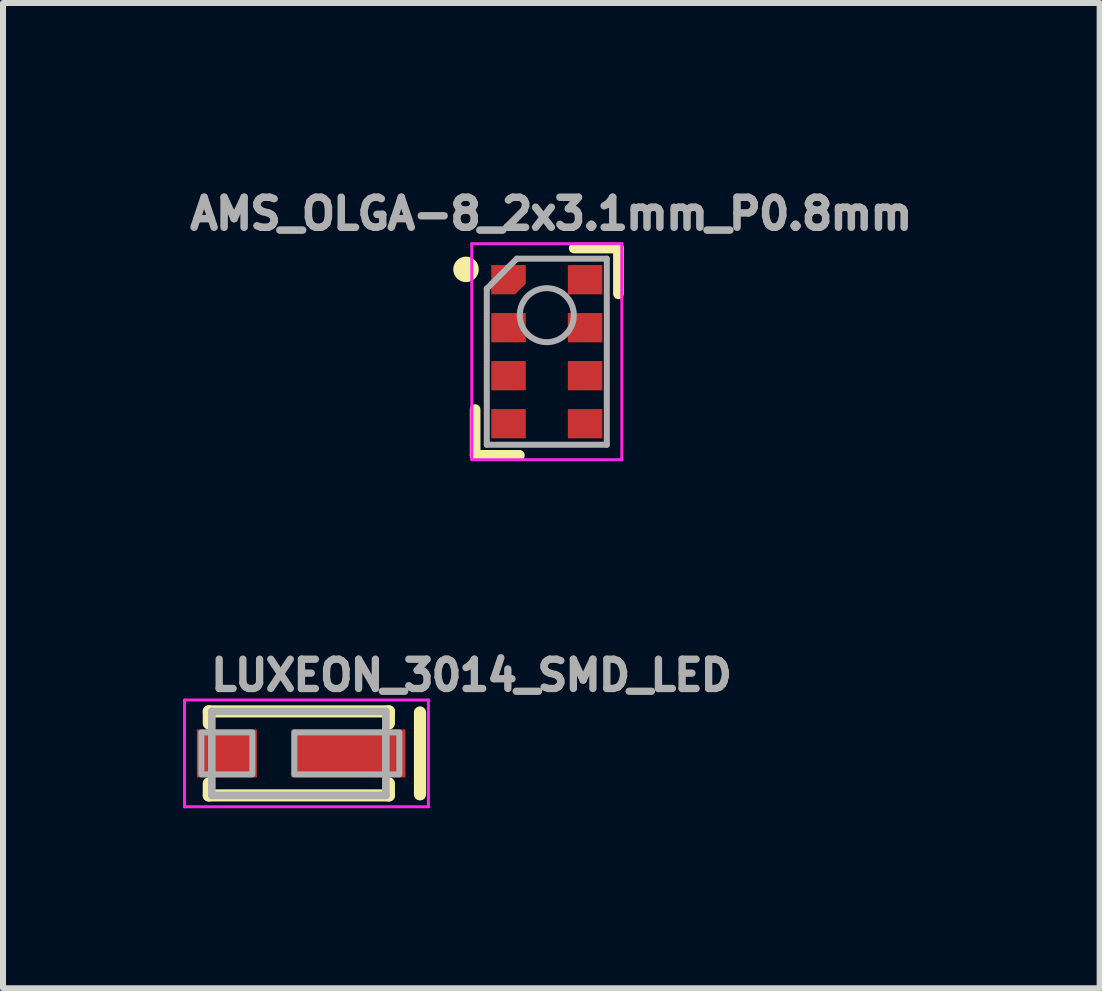
<source format=kicad_pcb>
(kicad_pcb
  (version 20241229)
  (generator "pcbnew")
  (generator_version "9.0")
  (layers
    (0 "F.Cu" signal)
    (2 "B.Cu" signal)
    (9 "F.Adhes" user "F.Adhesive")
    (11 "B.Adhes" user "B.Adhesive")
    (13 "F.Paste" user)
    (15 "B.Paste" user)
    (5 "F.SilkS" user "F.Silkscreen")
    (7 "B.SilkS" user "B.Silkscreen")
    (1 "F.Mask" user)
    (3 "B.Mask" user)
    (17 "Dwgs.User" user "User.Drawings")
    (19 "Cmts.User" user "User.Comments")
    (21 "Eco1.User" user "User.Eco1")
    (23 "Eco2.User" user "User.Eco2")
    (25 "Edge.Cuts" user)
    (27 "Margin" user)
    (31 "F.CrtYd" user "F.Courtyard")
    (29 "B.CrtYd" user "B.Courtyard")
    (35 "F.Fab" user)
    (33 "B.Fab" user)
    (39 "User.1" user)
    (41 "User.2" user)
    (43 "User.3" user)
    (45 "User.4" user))
  (footprint "AMS_OLGA-8_2x3.1mm_P0.8mm"
    (layer "F.Cu")
    (at 6.062 2.811)
    (property "Reference" "AMS_OLGA-8_2x3.1mm_P0.8mm" (at 0.075 -2.299 0) (layer "F.Fab") (effects (font (size 0.5 0.5) (thickness 0.125))))
    (attr smd)
    (fp_line (start -1.194 1.727) (end -1.194 0.965) (stroke (width 0.178) (type default)) (layer "F.SilkS"))
    (fp_line (start -0.457 1.727) (end -1.194 1.727) (stroke (width 0.178) (type default)) (layer "F.SilkS"))
    (fp_line (start 0.457 -1.727) (end 1.194 -1.727) (stroke (width 0.178) (type default)) (layer "F.SilkS"))
    (fp_line (start 1.194 -1.727) (end 1.194 -0.965) (stroke (width 0.178) (type default)) (layer "F.SilkS"))
    (fp_circle (center -1.346 -1.372) (end -1.448 -1.499) (stroke (width 0.1) (type default)) (fill yes) (layer "F.SilkS"))
    (fp_line (start -1.25 -1.8) (end -1.25 1.8) (stroke (width 0.05) (type solid)) (layer "F.CrtYd"))
    (fp_line (start -1.25 1.8) (end 1.25 1.8) (stroke (width 0.05) (type solid)) (layer "F.CrtYd"))
    (fp_line (start 1.25 -1.8) (end -1.25 -1.8) (stroke (width 0.05) (type solid)) (layer "F.CrtYd"))
    (fp_line (start 1.25 1.8) (end 1.25 -1.8) (stroke (width 0.05) (type solid)) (layer "F.CrtYd"))
    (fp_line (start -1 -1.05) (end -0.5 -1.55) (stroke (width 0.1) (type solid)) (layer "F.Fab"))
    (fp_line (start -1 1.55) (end -1 -1.05) (stroke (width 0.1) (type solid)) (layer "F.Fab"))
    (fp_line (start -0.5 -1.55) (end 1 -1.55) (stroke (width 0.1) (type solid)) (layer "F.Fab"))
    (fp_line (start 1 -1.55) (end 1 1.55) (stroke (width 0.1) (type solid)) (layer "F.Fab"))
    (fp_line (start 1 1.55) (end -1 1.55) (stroke (width 0.1) (type solid)) (layer "F.Fab"))
    (fp_circle (center 0 -0.609) (end 0.45 -0.609) (stroke (width 0.1) (type solid)) (fill no) (layer "F.Fab"))
    (pad "1" smd roundrect (at -0.638 -1.2) (size 0.575 0.488) (layers "F.Cu" "F.Mask" "F.Paste") (roundrect_rratio 0) (chamfer_ratio 0.362) (chamfer bottom_right))
    (pad "2" smd rect (at -0.638 -0.4) (size 0.575 0.488) (layers "F.Cu" "F.Mask" "F.Paste"))
    (pad "3" smd rect (at -0.638 0.4) (size 0.575 0.488) (layers "F.Cu" "F.Mask" "F.Paste"))
    (pad "4" smd rect (at -0.638 1.2) (size 0.575 0.488) (layers "F.Cu" "F.Mask" "F.Paste"))
    (pad "5" smd rect (at 0.638 1.2) (size 0.575 0.488) (layers "F.Cu" "F.Mask" "F.Paste"))
    (pad "6" smd rect (at 0.638 0.4) (size 0.575 0.488) (layers "F.Cu" "F.Mask" "F.Paste"))
    (pad "7" smd rect (at 0.638 -0.4) (size 0.575 0.488) (layers "F.Cu" "F.Mask" "F.Paste"))
    (pad "8" smd rect (at 0.638 -1.2) (size 0.575 0.488) (layers "F.Cu" "F.Mask" "F.Paste")))
  (footprint "LUXEON_3014_SMD_LED"
    (layer "F.Cu")
    (at 1.93 9.505)
    (property "Reference" "LUXEON_3014_SMD_LED" (at -1.524 -1.016 0) (unlocked yes) (layer "F.Fab") (effects (font (size 0.488 0.488) (thickness 0.122)) (justify left bottom)))
    (attr smd)
    (fp_line (start -1.5 -0.7) (end -1.5 -0.5) (stroke (width 0.203) (type solid)) (layer "F.SilkS"))
    (fp_line (start -1.5 -0.7) (end 1.5 -0.7) (stroke (width 0.203) (type solid)) (layer "F.SilkS"))
    (fp_line (start -1.5 0.7) (end -1.5 0.5) (stroke (width 0.203) (type solid)) (layer "F.SilkS"))
    (fp_line (start 1.5 -0.7) (end 1.5 -0.5) (stroke (width 0.203) (type solid)) (layer "F.SilkS"))
    (fp_line (start 1.5 0.5) (end 1.5 0.7) (stroke (width 0.203) (type solid)) (layer "F.SilkS"))
    (fp_line (start 1.5 0.7) (end -1.5 0.7) (stroke (width 0.203) (type solid)) (layer "F.SilkS"))
    (fp_line (start 2.019 -0.682) (end 2.019 0.682) (stroke (width 0.203) (type solid)) (layer "F.SilkS"))
    (fp_poly (pts (xy -1.5 0.3) (xy -0.9 0.3) (xy -0.9 -0.3) (xy -1.5 -0.3)) (stroke (width 0) (type default)) (fill yes) (layer "F.Paste"))
    (fp_poly (pts (xy 0 0.3) (xy 0.6 0.3) (xy 0.6 -0.3) (xy 0 -0.3)) (stroke (width 0) (type default)) (fill yes) (layer "F.Paste"))
    (fp_poly (pts (xy 1 0.3) (xy 1.6 0.3) (xy 1.6 -0.3) (xy 1 -0.3)) (stroke (width 0) (type default)) (fill yes) (layer "F.Paste"))
    (fp_line (start -1.905 -0.889) (end -1.905 0.889) (stroke (width 0.05) (type default)) (layer "F.CrtYd"))
    (fp_line (start -1.905 0.889) (end 2.159 0.889) (stroke (width 0.05) (type default)) (layer "F.CrtYd"))
    (fp_line (start 2.159 -0.889) (end -1.905 -0.889) (stroke (width 0.05) (type default)) (layer "F.CrtYd"))
    (fp_line (start 2.159 0.889) (end 2.159 -0.889) (stroke (width 0.05) (type default)) (layer "F.CrtYd"))
    (fp_line (start -1.45 -0.7) (end 1.45 -0.7) (stroke (width 0.127) (type solid)) (layer "F.Fab"))
    (fp_line (start -1.45 0.7) (end -1.45 -0.7) (stroke (width 0.127) (type solid)) (layer "F.Fab"))
    (fp_line (start 1.45 -0.7) (end 1.45 0.7) (stroke (width 0.127) (type solid)) (layer "F.Fab"))
    (fp_line (start 1.45 0.7) (end -1.45 0.7) (stroke (width 0.127) (type solid)) (layer "F.Fab"))
    (fp_poly (pts (xy -1.625 0.35) (xy -0.775 0.35) (xy -0.775 -0.35) (xy -1.625 -0.35)) (stroke (width 0.1) (type default)) (fill no) (layer "F.Fab"))
    (fp_poly (pts (xy -0.075 0.35) (xy 1.675 0.35) (xy 1.675 -0.35) (xy -0.075 -0.35)) (stroke (width 0.1) (type default)) (fill no) (layer "F.Fab"))
    (pad "1" smd rect (at 0.827 0 90) (size 0.8 1.9) (layers "F.Cu" "F.Mask"))
    (pad "2" smd rect (at -1.2 0 90) (size 0.8 1) (layers "F.Cu" "F.Mask")))
  (gr_rect
    (start -3 -3)
    (end 15.275 13.419)
    (stroke (width 0.1) (type default))
    (fill no)
    (layer "Edge.Cuts")))
</source>
